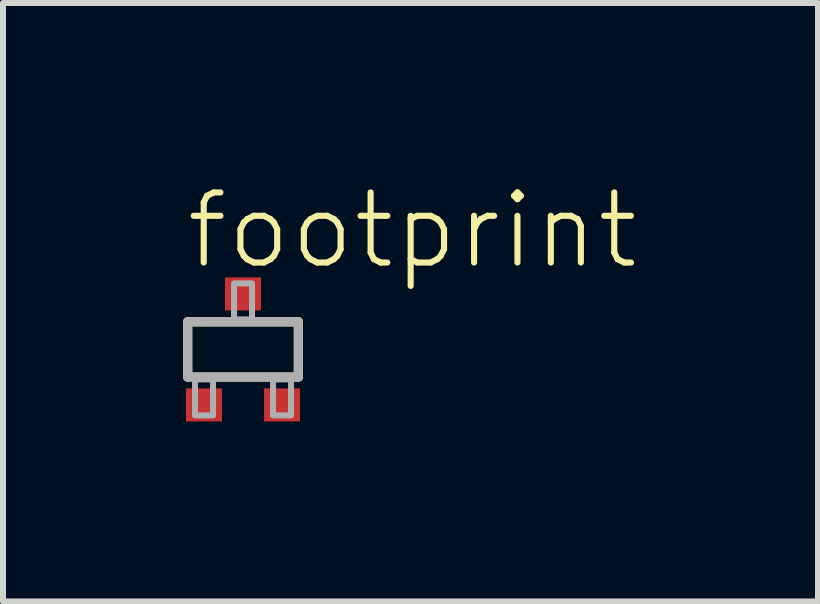
<source format=kicad_pcb>
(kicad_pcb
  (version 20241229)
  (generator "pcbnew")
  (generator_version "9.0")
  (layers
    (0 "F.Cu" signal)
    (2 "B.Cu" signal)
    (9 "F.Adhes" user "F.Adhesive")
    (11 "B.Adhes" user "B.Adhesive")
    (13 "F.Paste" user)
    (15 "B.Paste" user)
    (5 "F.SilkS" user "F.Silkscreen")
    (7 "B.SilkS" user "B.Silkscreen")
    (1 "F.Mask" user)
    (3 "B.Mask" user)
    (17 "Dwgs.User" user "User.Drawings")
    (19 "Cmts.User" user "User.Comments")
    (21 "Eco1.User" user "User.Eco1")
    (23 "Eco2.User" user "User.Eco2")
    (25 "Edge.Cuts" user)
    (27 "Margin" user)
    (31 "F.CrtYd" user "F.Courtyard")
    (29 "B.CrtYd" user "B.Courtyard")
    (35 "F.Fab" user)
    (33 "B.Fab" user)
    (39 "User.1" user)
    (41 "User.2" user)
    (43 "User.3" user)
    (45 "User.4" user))
  (footprint "footprint"
    (layer "F.Cu")
    (at 1 2.773)
    (property "Reference" "footprint" (at -1 -1.3 0) (layer "F.SilkS") (effects (font (size 1.168 1.168) (thickness 0.102)) (justify left bottom)))
    (fp_line (start -0.922 -0.46) (end 0.922 -0.46) (stroke (width 0.152) (type solid)) (layer "F.SilkS"))
    (fp_line (start -0.922 0.46) (end -0.922 -0.46) (stroke (width 0.152) (type solid)) (layer "F.SilkS"))
    (fp_line (start 0.922 -0.46) (end 0.922 0.46) (stroke (width 0.152) (type solid)) (layer "F.SilkS"))
    (fp_line (start 0.922 0.46) (end -0.922 0.46) (stroke (width 0.152) (type solid)) (layer "F.SilkS"))
    (fp_line (start -0.922 -0.46) (end 0.922 -0.46) (stroke (width 0.152) (type solid)) (layer "F.Fab"))
    (fp_line (start -0.922 0.46) (end -0.922 -0.46) (stroke (width 0.152) (type solid)) (layer "F.Fab"))
    (fp_line (start 0.922 -0.46) (end 0.922 0.46) (stroke (width 0.152) (type solid)) (layer "F.Fab"))
    (fp_line (start 0.922 0.46) (end -0.922 0.46) (stroke (width 0.152) (type solid)) (layer "F.Fab"))
    (fp_poly (pts (xy -0.8 1.1) (xy -0.5 1.1) (xy -0.5 0.5) (xy -0.8 0.5)) (stroke (width 0.1) (type solid)) (fill no) (layer "F.Fab"))
    (fp_poly (pts (xy -0.15 -0.5) (xy 0.15 -0.5) (xy 0.15 -1.1) (xy -0.15 -1.1)) (stroke (width 0.1) (type solid)) (fill no) (layer "F.Fab"))
    (fp_poly (pts (xy 0.5 1.1) (xy 0.8 1.1) (xy 0.8 0.5) (xy 0.5 0.5)) (stroke (width 0.1) (type solid)) (fill no) (layer "F.Fab"))
    (pad "1" smd rect (at -0.65 0.925) (size 0.6 0.55) (layers "F.Cu" "F.Mask" "F.Paste"))
    (pad "2" smd rect (at 0.65 0.925) (size 0.6 0.55) (layers "F.Cu" "F.Mask" "F.Paste"))
    (pad "3" smd rect (at 0 -0.925) (size 0.6 0.55) (layers "F.Cu" "F.Mask" "F.Paste")))
  (gr_rect
    (start -3 -3)
    (end 10.582 6.973)
    (stroke (width 0.1) (type default))
    (fill no)
    (layer "Edge.Cuts")))
</source>
